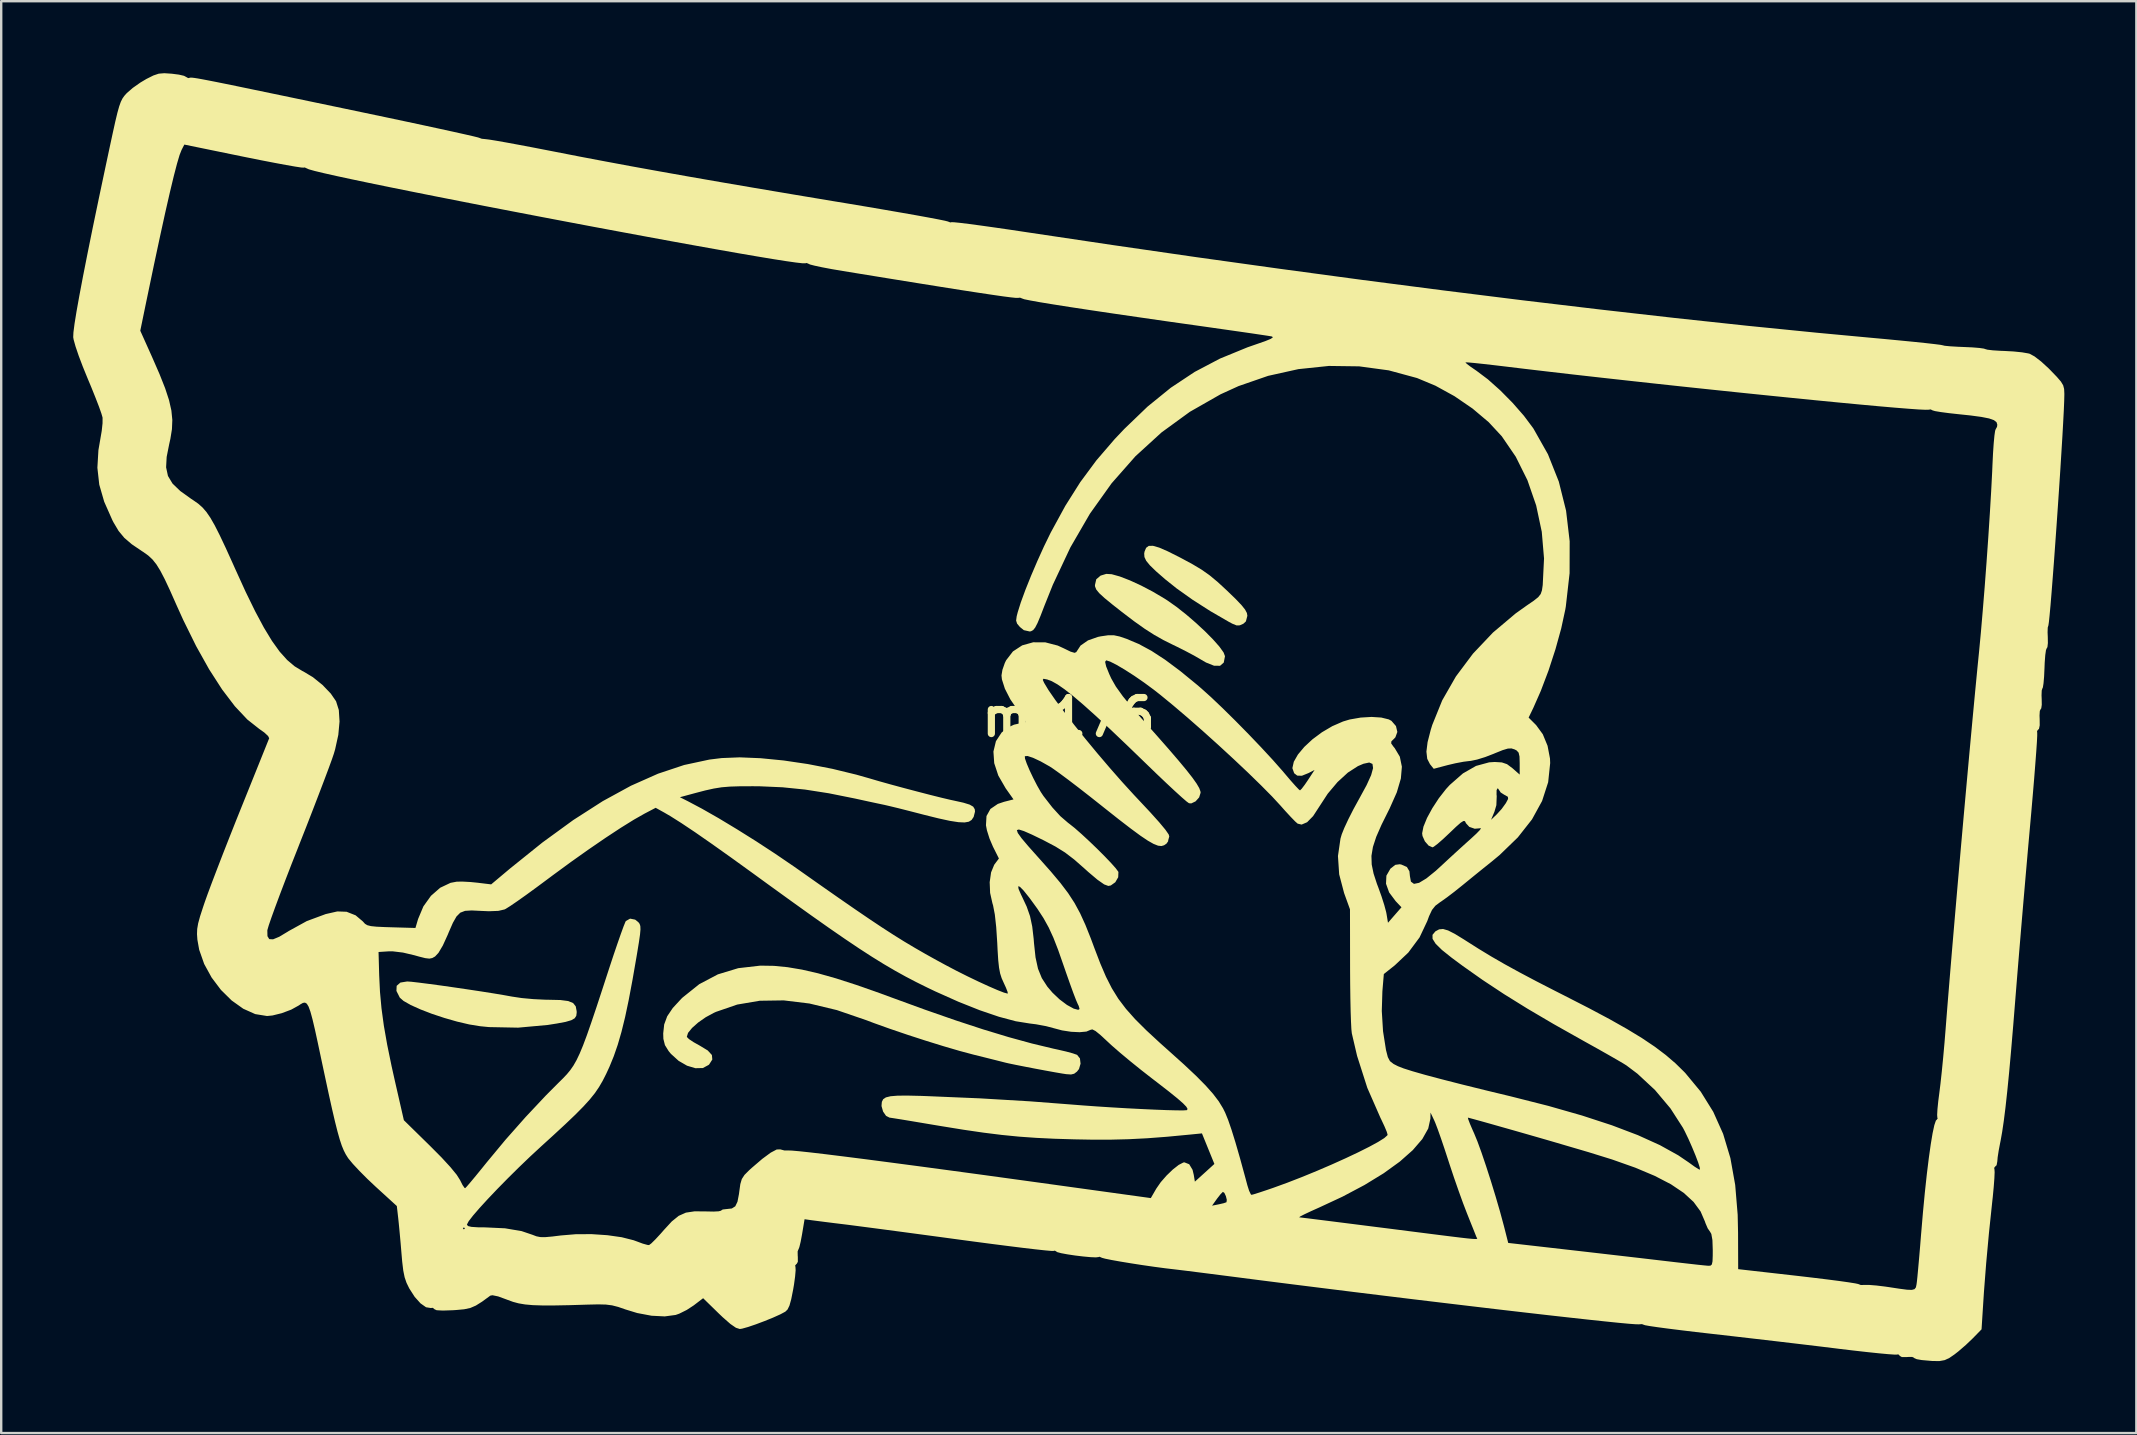
<source format=kicad_pcb>
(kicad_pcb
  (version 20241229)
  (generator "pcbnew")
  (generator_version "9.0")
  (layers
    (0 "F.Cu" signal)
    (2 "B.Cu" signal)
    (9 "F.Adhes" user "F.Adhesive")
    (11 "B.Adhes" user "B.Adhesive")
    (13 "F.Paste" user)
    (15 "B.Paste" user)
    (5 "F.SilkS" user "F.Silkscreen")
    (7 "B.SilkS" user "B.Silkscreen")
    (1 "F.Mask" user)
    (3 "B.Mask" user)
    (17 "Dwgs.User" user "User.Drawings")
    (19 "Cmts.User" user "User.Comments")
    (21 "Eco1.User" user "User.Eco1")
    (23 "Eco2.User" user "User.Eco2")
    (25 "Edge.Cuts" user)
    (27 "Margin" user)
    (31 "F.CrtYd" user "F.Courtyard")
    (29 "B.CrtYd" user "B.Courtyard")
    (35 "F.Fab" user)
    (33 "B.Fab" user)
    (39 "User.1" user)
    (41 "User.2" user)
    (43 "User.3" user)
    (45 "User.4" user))
  (footprint "mt176"
    (layer "F.Cu")
    (at 41.464 26.831)
    (property "Reference" "mt176" (at 0 0 0) (layer "F.SilkS") (effects (font (size 1.5 1.5) (thickness 0.3))))
    (attr board_only exclude_from_pos_files exclude_from_bom)
    (fp_poly (pts (xy 3.778 -7.068) (xy 4.141 -6.91) (xy 4.626 -6.666) (xy 4.686 -6.635) (xy 5.173 -6.372) (xy 5.556 -6.142) (xy 5.887 -5.907) (xy 6.219 -5.631) (xy 6.601 -5.278) (xy 6.612 -5.267) (xy 6.964 -4.927) (xy 7.205 -4.674) (xy 7.355 -4.487) (xy 7.431 -4.344) (xy 7.451 -4.228) (xy 7.39 -3.994) (xy 7.287 -3.898) (xy 7.133 -3.829) (xy 7.001 -3.826) (xy 6.825 -3.898) (xy 6.687 -3.971) (xy 5.912 -4.42) (xy 5.169 -4.895) (xy 4.502 -5.369) (xy 4.024 -5.751) (xy 3.65 -6.078) (xy 3.394 -6.326) (xy 3.237 -6.517) (xy 3.163 -6.675) (xy 3.153 -6.823) (xy 3.169 -6.907) (xy 3.233 -7.059) (xy 3.343 -7.139) (xy 3.518 -7.143)) (stroke (width 0) (type solid)) (fill yes) (layer "F.SilkS"))
    (fp_poly (pts (xy 1.8 -5.959) (xy 2.137 -5.865) (xy 2.556 -5.703) (xy 3.026 -5.487) (xy 3.518 -5.229) (xy 4.002 -4.942) (xy 4.109 -4.874) (xy 4.495 -4.602) (xy 4.902 -4.281) (xy 5.306 -3.933) (xy 5.687 -3.58) (xy 6.021 -3.242) (xy 6.286 -2.942) (xy 6.459 -2.701) (xy 6.519 -2.544) (xy 6.467 -2.278) (xy 6.314 -2.145) (xy 6.066 -2.146) (xy 5.728 -2.281) (xy 5.546 -2.387) (xy 5.274 -2.545) (xy 4.911 -2.74) (xy 4.518 -2.938) (xy 4.36 -3.014) (xy 3.953 -3.217) (xy 3.567 -3.435) (xy 3.17 -3.689) (xy 2.732 -4) (xy 2.22 -4.39) (xy 1.837 -4.691) (xy 1.501 -4.966) (xy 1.282 -5.167) (xy 1.157 -5.319) (xy 1.106 -5.446) (xy 1.101 -5.507) (xy 1.156 -5.748) (xy 1.336 -5.901) (xy 1.574 -5.973)) (stroke (width 0) (type solid)) (fill yes) (layer "F.SilkS"))
    (fp_poly (pts (xy -27.376 11.019) (xy -27.063 11.055) (xy -26.642 11.109) (xy -26.143 11.176) (xy -25.596 11.254) (xy -25.031 11.337) (xy -24.476 11.421) (xy -23.963 11.502) (xy -23.52 11.576) (xy -23.178 11.638) (xy -23.17 11.639) (xy -22.776 11.698) (xy -22.296 11.742) (xy -21.811 11.766) (xy -21.638 11.769) (xy -21.169 11.78) (xy -20.844 11.822) (xy -20.638 11.906) (xy -20.529 12.043) (xy -20.491 12.244) (xy -20.489 12.302) (xy -20.506 12.437) (xy -20.572 12.54) (xy -20.713 12.621) (xy -20.953 12.691) (xy -21.317 12.759) (xy -21.698 12.819) (xy -22.929 12.931) (xy -24.145 12.907) (xy -24.511 12.871) (xy -24.966 12.797) (xy -25.474 12.678) (xy -26.003 12.526) (xy -26.522 12.354) (xy -26.999 12.17) (xy -27.403 11.988) (xy -27.702 11.818) (xy -27.858 11.681) (xy -27.999 11.401) (xy -27.989 11.188) (xy -27.833 11.052) (xy -27.552 11.007)) (stroke (width 0) (type solid)) (fill yes) (layer "F.SilkS"))
    (fp_poly (pts (xy -12.277 10.356) (xy -11.71 10.411) (xy -11.102 10.513) (xy -10.433 10.667) (xy -9.682 10.879) (xy -8.829 11.154) (xy -7.853 11.497) (xy -7.408 11.661) (xy -5.994 12.177) (xy -4.714 12.623) (xy -3.554 13.004) (xy -2.498 13.324) (xy -1.528 13.59) (xy -0.629 13.806) (xy -0.425 13.85) (xy -0.098 13.926) (xy 0.177 14.001) (xy 0.347 14.06) (xy 0.358 14.065) (xy 0.476 14.212) (xy 0.502 14.432) (xy 0.436 14.655) (xy 0.353 14.761) (xy 0.236 14.85) (xy 0.106 14.882) (xy -0.097 14.868) (xy -0.254 14.844) (xy -0.569 14.79) (xy -0.965 14.718) (xy -1.398 14.637) (xy -1.826 14.554) (xy -2.206 14.479) (xy -2.495 14.419) (xy -2.625 14.389) (xy -2.822 14.339) (xy -3.139 14.259) (xy -3.534 14.16) (xy -3.961 14.054) (xy -4.526 13.903) (xy -5.203 13.705) (xy -5.946 13.475) (xy -6.707 13.228) (xy -7.442 12.978) (xy -8.104 12.741) (xy -8.424 12.62) (xy -9.649 12.2) (xy -10.794 11.925) (xy -11.863 11.795) (xy -12.864 11.81) (xy -13.802 11.969) (xy -14.683 12.272) (xy -14.774 12.313) (xy -15.114 12.497) (xy -15.427 12.716) (xy -15.682 12.942) (xy -15.85 13.148) (xy -15.9 13.308) (xy -15.896 13.322) (xy -15.811 13.408) (xy -15.615 13.538) (xy -15.363 13.679) (xy -15.03 13.881) (xy -14.857 14.07) (xy -14.839 14.258) (xy -14.968 14.46) (xy -14.991 14.483) (xy -15.232 14.613) (xy -15.544 14.62) (xy -15.892 14.516) (xy -16.243 14.313) (xy -16.565 14.021) (xy -16.66 13.905) (xy -16.813 13.658) (xy -16.878 13.398) (xy -16.885 13.172) (xy -16.844 12.797) (xy -16.718 12.456) (xy -16.486 12.112) (xy -16.13 11.726) (xy -16.077 11.675) (xy -15.382 11.119) (xy -14.608 10.711) (xy -13.759 10.453) (xy -12.84 10.347)) (stroke (width 0) (type solid)) (fill yes) (layer "F.SilkS"))
    (fp_poly (pts (xy -37.354 -26.81) (xy -37.348 -26.809) (xy -37.06 -26.772) (xy -36.849 -26.723) (xy -36.761 -26.676) (xy -36.674 -26.627) (xy -36.625 -26.637) (xy -36.6 -26.644) (xy -36.563 -26.648) (xy -36.504 -26.645) (xy -36.412 -26.634) (xy -36.278 -26.613) (xy -36.09 -26.579) (xy -35.837 -26.531) (xy -35.511 -26.467) (xy -35.1 -26.384) (xy -34.593 -26.28) (xy -33.981 -26.153) (xy -33.253 -26.002) (xy -32.398 -25.824) (xy -31.407 -25.617) (xy -30.268 -25.379) (xy -29.295 -25.175) (xy -28.428 -24.993) (xy -27.611 -24.82) (xy -26.859 -24.659) (xy -26.188 -24.514) (xy -25.612 -24.388) (xy -25.146 -24.284) (xy -24.805 -24.206) (xy -24.603 -24.156) (xy -24.553 -24.14) (xy -24.447 -24.101) (xy -24.257 -24.081) (xy -24.113 -24.063) (xy -23.825 -24.016) (xy -23.416 -23.944) (xy -22.908 -23.85) (xy -22.324 -23.74) (xy -21.686 -23.616) (xy -21.378 -23.556) (xy -20.354 -23.356) (xy -19.303 -23.157) (xy -18.208 -22.953) (xy -17.053 -22.744) (xy -15.821 -22.525) (xy -14.494 -22.294) (xy -13.056 -22.048) (xy -11.488 -21.783) (xy -9.775 -21.497) (xy -9.271 -21.414) (xy -8.446 -21.276) (xy -7.674 -21.144) (xy -6.969 -21.022) (xy -6.348 -20.913) (xy -5.827 -20.818) (xy -5.421 -20.741) (xy -5.146 -20.685) (xy -5.018 -20.652) (xy -5.011 -20.648) (xy -4.923 -20.614) (xy -4.876 -20.625) (xy -4.77 -20.622) (xy -4.516 -20.596) (xy -4.133 -20.549) (xy -3.64 -20.483) (xy -3.057 -20.401) (xy -2.402 -20.306) (xy -1.696 -20.2) (xy -1.643 -20.192) (xy 1.841 -19.672) (xy 5.324 -19.168) (xy 8.79 -18.685) (xy 12.222 -18.222) (xy 15.604 -17.784) (xy 18.918 -17.371) (xy 22.148 -16.987) (xy 25.276 -16.632) (xy 28.286 -16.309) (xy 31.162 -16.021) (xy 33.316 -15.82) (xy 34.017 -15.756) (xy 34.663 -15.694) (xy 35.235 -15.638) (xy 35.715 -15.588) (xy 36.083 -15.546) (xy 36.32 -15.516) (xy 36.407 -15.499) (xy 36.504 -15.476) (xy 36.732 -15.454) (xy 37.054 -15.435) (xy 37.294 -15.425) (xy 37.655 -15.409) (xy 37.948 -15.385) (xy 38.136 -15.358) (xy 38.183 -15.341) (xy 38.282 -15.313) (xy 38.509 -15.286) (xy 38.825 -15.266) (xy 38.989 -15.26) (xy 39.371 -15.239) (xy 39.723 -15.203) (xy 39.984 -15.158) (xy 40.042 -15.143) (xy 40.245 -15.032) (xy 40.519 -14.821) (xy 40.826 -14.54) (xy 40.909 -14.456) (xy 41.175 -14.18) (xy 41.344 -13.984) (xy 41.437 -13.83) (xy 41.477 -13.676) (xy 41.486 -13.485) (xy 41.486 -13.431) (xy 41.48 -13.175) (xy 41.464 -12.79) (xy 41.438 -12.293) (xy 41.405 -11.703) (xy 41.364 -11.038) (xy 41.319 -10.316) (xy 41.269 -9.556) (xy 41.216 -8.775) (xy 41.162 -7.992) (xy 41.107 -7.224) (xy 41.054 -6.491) (xy 41.002 -5.81) (xy 40.954 -5.199) (xy 40.911 -4.677) (xy 40.873 -4.262) (xy 40.843 -3.972) (xy 40.822 -3.825) (xy 40.816 -3.81) (xy 40.794 -3.734) (xy 40.788 -3.537) (xy 40.796 -3.344) (xy 40.8 -3.09) (xy 40.781 -2.92) (xy 40.754 -2.878) (xy 40.721 -2.799) (xy 40.691 -2.587) (xy 40.668 -2.278) (xy 40.659 -2.052) (xy 40.643 -1.699) (xy 40.619 -1.417) (xy 40.592 -1.243) (xy 40.574 -1.207) (xy 40.544 -1.118) (xy 40.536 -0.914) (xy 40.542 -0.762) (xy 40.546 -0.521) (xy 40.524 -0.368) (xy 40.5 -0.339) (xy 40.464 -0.263) (xy 40.452 -0.069) (xy 40.458 0.085) (xy 40.46 0.338) (xy 40.429 0.486) (xy 40.402 0.508) (xy 40.349 0.574) (xy 40.356 0.656) (xy 40.356 0.769) (xy 40.343 1.033) (xy 40.316 1.43) (xy 40.277 1.942) (xy 40.229 2.551) (xy 40.171 3.241) (xy 40.106 3.992) (xy 40.054 4.572) (xy 39.969 5.522) (xy 39.878 6.564) (xy 39.784 7.652) (xy 39.691 8.745) (xy 39.603 9.798) (xy 39.523 10.769) (xy 39.456 11.599) (xy 39.358 12.82) (xy 39.268 13.884) (xy 39.185 14.804) (xy 39.107 15.59) (xy 39.034 16.256) (xy 38.964 16.813) (xy 38.896 17.273) (xy 38.829 17.65) (xy 38.814 17.722) (xy 38.752 18.046) (xy 38.708 18.331) (xy 38.693 18.505) (xy 38.664 18.662) (xy 38.611 18.711) (xy 38.562 18.773) (xy 38.574 18.83) (xy 38.582 18.953) (xy 38.571 19.211) (xy 38.544 19.568) (xy 38.504 19.99) (xy 38.489 20.121) (xy 38.345 21.488) (xy 38.23 22.742) (xy 38.137 23.939) (xy 38.109 24.37) (xy 38.037 25.499) (xy 37.666 25.879) (xy 37.384 26.148) (xy 37.07 26.419) (xy 36.903 26.549) (xy 36.693 26.693) (xy 36.503 26.781) (xy 36.288 26.82) (xy 36.002 26.819) (xy 35.6 26.784) (xy 35.539 26.778) (xy 35.335 26.742) (xy 35.227 26.694) (xy 35.221 26.682) (xy 35.148 26.649) (xy 34.966 26.65) (xy 34.925 26.654) (xy 34.718 26.655) (xy 34.629 26.604) (xy 34.629 26.597) (xy 34.568 26.54) (xy 34.514 26.55) (xy 34.403 26.551) (xy 34.146 26.533) (xy 33.767 26.498) (xy 33.286 26.448) (xy 32.727 26.385) (xy 32.112 26.312) (xy 31.995 26.297) (xy 31.26 26.207) (xy 30.407 26.105) (xy 29.486 25.996) (xy 28.547 25.887) (xy 27.639 25.782) (xy 26.813 25.688) (xy 26.797 25.686) (xy 26.129 25.61) (xy 25.517 25.536) (xy 24.98 25.469) (xy 24.539 25.41) (xy 24.213 25.362) (xy 24.022 25.328) (xy 23.979 25.314) (xy 23.888 25.281) (xy 23.767 25.29) (xy 23.637 25.288) (xy 23.35 25.267) (xy 22.918 25.227) (xy 22.353 25.169) (xy 21.666 25.096) (xy 20.868 25.008) (xy 19.973 24.908) (xy 18.99 24.795) (xy 17.931 24.672) (xy 16.809 24.539) (xy 15.634 24.399) (xy 14.418 24.253) (xy 13.172 24.101) (xy 11.909 23.946) (xy 10.64 23.788) (xy 9.376 23.63) (xy 8.129 23.472) (xy 7.027 23.33) (xy 6.411 23.251) (xy 5.833 23.177) (xy 5.321 23.112) (xy 4.9 23.059) (xy 4.596 23.022) (xy 4.445 23.004) (xy 4.03 22.955) (xy 3.566 22.893) (xy 3.081 22.823) (xy 2.605 22.749) (xy 2.168 22.677) (xy 1.799 22.611) (xy 1.528 22.556) (xy 1.384 22.517) (xy 1.369 22.507) (xy 1.287 22.474) (xy 1.257 22.487) (xy 1.141 22.501) (xy 0.91 22.491) (xy 0.607 22.463) (xy 0.275 22.423) (xy -0.044 22.375) (xy -0.308 22.326) (xy -0.473 22.281) (xy -0.508 22.256) (xy -0.57 22.22) (xy -0.625 22.233) (xy -0.731 22.231) (xy -0.988 22.208) (xy -1.377 22.166) (xy -1.881 22.107) (xy -2.483 22.032) (xy -3.165 21.945) (xy -3.91 21.847) (xy -4.499 21.768) (xy -5.324 21.656) (xy -6.135 21.547) (xy -6.91 21.443) (xy -7.625 21.348) (xy -8.255 21.265) (xy -8.777 21.197) (xy -9.168 21.146) (xy -9.313 21.128) (xy -9.75 21.075) (xy -10.155 21.024) (xy -10.482 20.982) (xy -10.684 20.956) (xy -10.996 20.912) (xy -11.102 21.548) (xy -11.159 21.85) (xy -11.213 22.074) (xy -11.254 22.179) (xy -11.26 22.183) (xy -11.285 22.256) (xy -11.281 22.438) (xy -11.277 22.479) (xy -11.276 22.686) (xy -11.326 22.775) (xy -11.333 22.775) (xy -11.388 22.837) (xy -11.375 22.904) (xy -11.368 23.039) (xy -11.39 23.297) (xy -11.436 23.634) (xy -11.471 23.839) (xy -11.551 24.242) (xy -11.625 24.509) (xy -11.705 24.673) (xy -11.798 24.763) (xy -12.003 24.873) (xy -12.305 25.009) (xy -12.66 25.153) (xy -13.023 25.29) (xy -13.35 25.401) (xy -13.597 25.47) (xy -13.694 25.485) (xy -13.855 25.434) (xy -14.086 25.275) (xy -14.403 24.997) (xy -14.564 24.844) (xy -15.222 24.202) (xy -15.616 24.503) (xy -15.906 24.692) (xy -16.213 24.845) (xy -16.365 24.899) (xy -16.821 24.96) (xy -17.371 24.932) (xy -17.967 24.82) (xy -18.457 24.67) (xy -18.761 24.565) (xy -19.014 24.5) (xy -19.273 24.467) (xy -19.591 24.459) (xy -20.024 24.469) (xy -20.794 24.492) (xy -21.418 24.504) (xy -21.918 24.504) (xy -22.318 24.491) (xy -22.64 24.462) (xy -22.907 24.417) (xy -23.142 24.354) (xy -23.368 24.272) (xy -23.401 24.259) (xy -23.761 24.127) (xy -23.999 24.078) (xy -24.087 24.095) (xy -24.429 24.345) (xy -24.69 24.509) (xy -24.922 24.609) (xy -25.178 24.663) (xy -25.509 24.694) (xy -25.653 24.703) (xy -26.067 24.717) (xy -26.323 24.703) (xy -26.416 24.661) (xy -26.416 24.658) (xy -26.482 24.603) (xy -26.571 24.61) (xy -26.765 24.579) (xy -26.996 24.416) (xy -27.239 24.145) (xy -27.467 23.79) (xy -27.467 23.789) (xy -27.578 23.562) (xy -27.657 23.331) (xy -27.714 23.051) (xy -27.759 22.676) (xy -27.786 22.364) (xy -27.824 21.91) (xy -27.865 21.461) (xy -27.881 21.294) (xy -25.231 21.294) (xy -25.188 21.336) (xy -25.146 21.294) (xy -25.188 21.251) (xy -25.231 21.294) (xy -27.881 21.294) (xy -27.902 21.077) (xy -27.924 20.87) (xy -27.982 20.362) (xy -28.863 19.558) (xy -29.213 19.228) (xy -29.541 18.898) (xy -29.815 18.605) (xy -30 18.381) (xy -30.019 18.354) (xy -30.109 18.211) (xy -30.193 18.047) (xy -30.276 17.845) (xy -30.361 17.588) (xy -30.454 17.258) (xy -30.559 16.841) (xy -30.681 16.318) (xy -30.824 15.673) (xy -30.992 14.89) (xy -31.116 14.309) (xy -31.269 13.587) (xy -31.393 13.016) (xy -31.496 12.58) (xy -31.582 12.265) (xy -31.659 12.054) (xy -31.732 11.933) (xy -31.809 11.887) (xy -31.894 11.9) (xy -31.995 11.957) (xy -32.068 12.007) (xy -32.381 12.18) (xy -32.772 12.327) (xy -33.16 12.423) (xy -33.389 12.446) (xy -33.882 12.366) (xy -34.38 12.143) (xy -34.863 11.799) (xy -35.31 11.358) (xy -35.698 10.843) (xy -36.008 10.278) (xy -36.183 9.779) (xy -28.744 9.779) (xy -28.717 10.753) (xy -28.684 11.44) (xy -28.621 12.127) (xy -28.523 12.849) (xy -28.384 13.641) (xy -28.2 14.537) (xy -28.064 15.146) (xy -27.689 16.787) (xy -26.6 17.855) (xy -26.123 18.335) (xy -25.749 18.741) (xy -25.488 19.06) (xy -25.349 19.28) (xy -25.244 19.488) (xy -25.161 19.607) (xy -25.136 19.619) (xy -25.068 19.55) (xy -24.914 19.371) (xy -24.692 19.104) (xy -24.423 18.774) (xy -24.236 18.542) (xy -23.454 17.6) (xy -22.614 16.651) (xy -21.77 15.753) (xy -21.247 15.228) (xy -21.06 15.043) (xy -20.898 14.872) (xy -20.755 14.699) (xy -20.623 14.508) (xy -20.495 14.283) (xy -20.364 14.008) (xy -20.223 13.668) (xy -20.065 13.246) (xy -19.884 12.726) (xy -19.67 12.092) (xy -19.419 11.328) (xy -19.135 10.456) (xy -18.958 9.92) (xy -18.793 9.435) (xy -18.65 9.025) (xy -18.537 8.715) (xy -18.462 8.529) (xy -18.44 8.488) (xy -18.264 8.389) (xy -18.054 8.431) (xy -17.92 8.537) (xy -17.868 8.607) (xy -17.838 8.698) (xy -17.832 8.837) (xy -17.851 9.052) (xy -17.897 9.372) (xy -17.971 9.824) (xy -17.993 9.955) (xy -18.164 10.94) (xy -18.322 11.779) (xy -18.473 12.495) (xy -18.624 13.108) (xy -18.779 13.643) (xy -18.944 14.12) (xy -19.125 14.563) (xy -19.261 14.857) (xy -19.406 15.143) (xy -19.558 15.404) (xy -19.731 15.658) (xy -19.943 15.922) (xy -20.207 16.213) (xy -20.54 16.55) (xy -20.958 16.949) (xy -21.476 17.428) (xy -21.963 17.871) (xy -22.427 18.3) (xy -22.898 18.752) (xy -23.361 19.21) (xy -23.8 19.657) (xy -24.198 20.076) (xy -24.539 20.449) (xy -24.808 20.76) (xy -24.987 20.992) (xy -25.06 21.128) (xy -25.061 21.137) (xy -25.019 21.195) (xy -24.877 21.23) (xy -24.61 21.248) (xy -24.311 21.251) (xy -23.475 21.29) (xy -22.784 21.407) (xy -22.329 21.561) (xy -22.167 21.623) (xy -22.004 21.656) (xy -21.798 21.658) (xy -21.505 21.632) (xy -21.151 21.588) (xy -20.526 21.536) (xy -19.864 21.533) (xy -19.21 21.577) (xy -18.613 21.662) (xy -18.119 21.787) (xy -17.99 21.834) (xy -17.737 21.928) (xy -17.542 21.982) (xy -17.475 21.989) (xy -17.382 21.92) (xy -17.21 21.751) (xy -16.988 21.511) (xy -16.855 21.359) (xy -16.527 21.003) (xy -16.315 20.832) (xy 9.608 20.832) (xy 9.61 20.832) (xy 9.709 20.844) (xy 9.959 20.874) (xy 10.341 20.922) (xy 10.837 20.984) (xy 11.43 21.059) (xy 12.102 21.144) (xy 12.835 21.237) (xy 13.25 21.289) (xy 14.151 21.404) (xy 14.898 21.499) (xy 15.506 21.576) (xy 15.987 21.636) (xy 16.357 21.681) (xy 16.63 21.712) (xy 16.819 21.73) (xy 16.939 21.736) (xy 17.003 21.733) (xy 17.027 21.721) (xy 17.023 21.702) (xy 17.007 21.677) (xy 16.994 21.654) (xy 16.947 21.536) (xy 16.852 21.297) (xy 16.722 20.974) (xy 16.597 20.66) (xy 16.439 20.249) (xy 16.253 19.734) (xy 16.057 19.172) (xy 15.873 18.62) (xy 15.821 18.459) (xy 15.666 17.985) (xy 15.516 17.542) (xy 15.383 17.167) (xy 15.28 16.897) (xy 15.241 16.806) (xy 15.181 16.679) (xy 16.638 16.679) (xy 16.653 16.75) (xy 16.725 16.939) (xy 16.842 17.211) (xy 16.898 17.335) (xy 17.036 17.671) (xy 17.205 18.135) (xy 17.394 18.693) (xy 17.593 19.311) (xy 17.79 19.954) (xy 17.974 20.586) (xy 18.133 21.173) (xy 18.166 21.3) (xy 18.318 21.899) (xy 20.737 22.175) (xy 21.471 22.259) (xy 22.251 22.349) (xy 23.031 22.439) (xy 23.767 22.524) (xy 24.414 22.6) (xy 24.807 22.646) (xy 25.329 22.707) (xy 25.803 22.761) (xy 26.2 22.806) (xy 26.49 22.836) (xy 26.643 22.85) (xy 26.649 22.851) (xy 26.744 22.846) (xy 26.801 22.796) (xy 26.829 22.667) (xy 26.838 22.426) (xy 26.839 22.193) (xy 26.825 21.78) (xy 26.78 21.525) (xy 26.726 21.432) (xy 26.629 21.293) (xy 26.533 21.069) (xy 26.515 21.012) (xy 26.332 20.588) (xy 26.04 20.191) (xy 25.631 19.815) (xy 25.096 19.455) (xy 24.425 19.107) (xy 23.611 18.764) (xy 22.644 18.422) (xy 21.675 18.121) (xy 21.26 17.999) (xy 20.786 17.86) (xy 20.362 17.735) (xy 19.971 17.621) (xy 19.514 17.489) (xy 19.016 17.346) (xy 18.506 17.2) (xy 18.008 17.059) (xy 17.55 16.929) (xy 17.158 16.819) (xy 16.859 16.737) (xy 16.679 16.689) (xy 16.638 16.679) (xy 15.181 16.679) (xy 15.081 16.468) (xy 15.076 16.723) (xy 14.986 17.133) (xy 14.739 17.572) (xy 14.342 18.033) (xy 13.803 18.51) (xy 13.13 18.997) (xy 12.331 19.486) (xy 11.414 19.972) (xy 10.456 20.418) (xy 10.106 20.575) (xy 9.83 20.705) (xy 9.655 20.795) (xy 9.608 20.832) (xy -16.315 20.832) (xy -16.238 20.77) (xy -15.94 20.637) (xy -15.581 20.583) (xy -15.113 20.586) (xy -15.09 20.587) (xy -14.792 20.593) (xy -14.575 20.582) (xy -14.479 20.557) (xy -14.478 20.553) (xy -14.405 20.506) (xy -14.245 20.488) (xy -14.026 20.464) (xy -13.882 20.373) (xy -13.87 20.347) (xy 5.98 20.347) (xy 6.265 20.29) (xy 6.465 20.244) (xy 6.577 20.205) (xy 6.581 20.202) (xy 6.594 20.104) (xy 6.556 19.95) (xy 6.493 19.815) (xy 6.431 19.772) (xy 6.43 19.773) (xy 6.337 19.866) (xy 6.2 20.04) (xy 6.169 20.082) (xy 5.98 20.347) (xy -13.87 20.347) (xy -13.791 20.183) (xy -13.729 19.864) (xy -13.716 19.761) (xy -13.672 19.447) (xy -13.61 19.237) (xy -13.499 19.066) (xy -13.306 18.872) (xy -13.2 18.776) (xy -12.756 18.396) (xy -12.406 18.138) (xy -12.155 18.006) (xy -12.007 18.002) (xy -11.841 18.046) (xy -11.679 18.047) (xy -11.525 18.052) (xy -11.21 18.08) (xy -10.738 18.131) (xy -10.116 18.204) (xy -9.349 18.299) (xy -8.444 18.414) (xy -7.406 18.55) (xy -6.24 18.704) (xy -4.953 18.877) (xy -3.55 19.067) (xy -2.038 19.275) (xy -1.312 19.375) (xy 3.429 20.031) (xy 3.657 19.636) (xy 3.843 19.368) (xy 4.084 19.092) (xy 4.345 18.841) (xy 4.59 18.649) (xy 4.783 18.549) (xy 4.828 18.542) (xy 5.028 18.621) (xy 5.167 18.851) (xy 5.218 19.064) (xy 5.264 19.346) (xy 5.671 18.978) (xy 6.077 18.609) (xy 5.818 17.973) (xy 5.559 17.336) (xy 5.044 17.387) (xy 4.103 17.476) (xy 3.276 17.539) (xy 2.512 17.578) (xy 1.759 17.597) (xy 0.964 17.597) (xy 0.254 17.584) (xy -0.584 17.559) (xy -1.343 17.522) (xy -2.063 17.471) (xy -2.78 17.4) (xy -3.535 17.306) (xy -4.365 17.185) (xy -5.309 17.032) (xy -5.664 16.973) (xy -6.186 16.885) (xy -6.651 16.807) (xy -7.033 16.744) (xy -7.307 16.701) (xy -7.446 16.68) (xy -7.457 16.679) (xy -7.601 16.606) (xy -7.725 16.427) (xy -7.788 16.206) (xy -7.789 16.168) (xy -7.776 16.022) (xy -7.722 15.913) (xy -7.608 15.836) (xy -7.413 15.788) (xy -7.117 15.764) (xy -6.7 15.761) (xy -6.142 15.774) (xy -5.894 15.783) (xy -3.694 15.876) (xy -1.625 15.999) (xy 0.042 16.127) (xy 0.587 16.17) (xy 1.184 16.213) (xy 1.807 16.253) (xy 2.433 16.29) (xy 3.039 16.321) (xy 3.6 16.347) (xy 4.094 16.366) (xy 4.495 16.376) (xy 4.78 16.378) (xy 4.926 16.368) (xy 4.937 16.365) (xy 4.959 16.315) (xy 4.907 16.224) (xy 4.769 16.081) (xy 4.534 15.876) (xy 4.189 15.597) (xy 3.724 15.236) (xy 3.471 15.042) (xy 3.021 14.691) (xy 2.566 14.324) (xy 2.145 13.973) (xy 1.797 13.67) (xy 1.629 13.514) (xy 1.33 13.237) (xy 1.126 13.071) (xy 0.994 13.004) (xy 0.916 13.021) (xy 0.913 13.023) (xy 0.746 13.094) (xy 0.462 13.12) (xy 0.108 13.103) (xy -0.269 13.045) (xy -0.574 12.964) (xy -0.936 12.868) (xy -1.356 12.79) (xy -1.621 12.757) (xy -2.198 12.664) (xy -2.896 12.478) (xy -3.698 12.205) (xy -4.587 11.851) (xy -5.547 11.422) (xy -5.884 11.261) (xy -6.344 11.033) (xy -6.79 10.8) (xy -7.237 10.552) (xy -7.699 10.281) (xy -8.19 9.977) (xy -8.723 9.632) (xy -9.314 9.235) (xy -9.976 8.778) (xy -10.723 8.251) (xy -11.569 7.645) (xy -12.528 6.952) (xy -13.123 6.519) (xy -14.062 5.841) (xy -14.873 5.265) (xy -15.56 4.788) (xy -16.129 4.408) (xy -16.584 4.12) (xy -16.833 3.975) (xy -17.199 3.772) (xy -17.663 4.015) (xy -18.102 4.264) (xy -18.65 4.604) (xy -19.284 5.021) (xy -19.983 5.5) (xy -20.724 6.025) (xy -21.484 6.582) (xy -21.709 6.75) (xy -22.166 7.089) (xy -22.591 7.399) (xy -22.962 7.662) (xy -23.255 7.862) (xy -23.448 7.983) (xy -23.494 8.006) (xy -23.752 8.066) (xy -24.146 8.081) (xy -24.49 8.066) (xy -24.868 8.048) (xy -25.14 8.065) (xy -25.339 8.141) (xy -25.497 8.3) (xy -25.647 8.564) (xy -25.819 8.957) (xy -25.864 9.067) (xy -26.065 9.507) (xy -26.247 9.814) (xy -26.389 9.966) (xy -26.506 10.031) (xy -26.627 10.055) (xy -26.797 10.035) (xy -27.06 9.969) (xy -27.251 9.915) (xy -27.725 9.803) (xy -28.148 9.752) (xy -28.324 9.752) (xy -28.744 9.779) (xy -36.183 9.779) (xy -36.216 9.686) (xy -36.291 9.265) (xy -36.307 9.033) (xy -36.299 8.82) (xy -36.259 8.586) (xy -36.178 8.29) (xy -36.049 7.892) (xy -35.983 7.698) (xy -35.864 7.365) (xy -35.692 6.903) (xy -35.476 6.337) (xy -35.229 5.697) (xy -34.959 5.009) (xy -34.678 4.3) (xy -34.481 3.81) (xy -34.217 3.155) (xy -33.973 2.548) (xy -33.755 2.007) (xy -33.572 1.551) (xy -33.43 1.198) (xy -33.337 0.966) (xy -33.3 0.875) (xy -33.345 0.782) (xy -33.502 0.636) (xy -33.715 0.485) (xy -34.211 0.093) (xy -34.728 -0.457) (xy -35.26 -1.156) (xy -35.801 -1.996) (xy -36.344 -2.966) (xy -36.883 -4.059) (xy -37.167 -4.687) (xy -37.433 -5.287) (xy -37.651 -5.752) (xy -37.836 -6.107) (xy -38.002 -6.374) (xy -38.165 -6.577) (xy -38.34 -6.739) (xy -38.541 -6.883) (xy -38.601 -6.921) (xy -39.023 -7.207) (xy -39.333 -7.472) (xy -39.574 -7.763) (xy -39.789 -8.125) (xy -39.834 -8.213) (xy -40.173 -8.979) (xy -40.379 -9.693) (xy -40.457 -10.394) (xy -40.414 -11.127) (xy -40.336 -11.581) (xy -40.276 -11.931) (xy -40.242 -12.249) (xy -40.241 -12.474) (xy -40.243 -12.492) (xy -40.29 -12.654) (xy -40.391 -12.94) (xy -40.537 -13.317) (xy -40.713 -13.755) (xy -40.858 -14.101) (xy -41.062 -14.601) (xy -41.236 -15.061) (xy -41.368 -15.45) (xy -41.447 -15.734) (xy -41.464 -15.833) (xy -41.455 -16.032) (xy -41.446 -16.103) (xy -38.67 -16.103) (xy -38.179 -15.009) (xy -37.869 -14.298) (xy -37.635 -13.708) (xy -37.472 -13.211) (xy -37.374 -12.779) (xy -37.335 -12.385) (xy -37.351 -12.001) (xy -37.416 -11.599) (xy -37.463 -11.388) (xy -37.571 -10.846) (xy -37.594 -10.412) (xy -37.517 -10.052) (xy -37.326 -9.735) (xy -37.007 -9.427) (xy -36.547 -9.097) (xy -36.451 -9.034) (xy -36.258 -8.899) (xy -36.084 -8.746) (xy -35.919 -8.557) (xy -35.751 -8.313) (xy -35.568 -7.994) (xy -35.359 -7.581) (xy -35.111 -7.056) (xy -34.813 -6.399) (xy -34.722 -6.195) (xy -34.283 -5.231) (xy -33.885 -4.417) (xy -33.522 -3.738) (xy -33.184 -3.181) (xy -32.864 -2.735) (xy -32.551 -2.386) (xy -32.239 -2.122) (xy -31.918 -1.928) (xy -31.885 -1.913) (xy -31.479 -1.67) (xy -31.078 -1.346) (xy -30.734 -0.987) (xy -30.514 -0.667) (xy -30.399 -0.302) (xy -30.369 0.176) (xy -30.42 0.733) (xy -30.553 1.338) (xy -30.608 1.524) (xy -30.69 1.764) (xy -30.827 2.139) (xy -31.01 2.627) (xy -31.231 3.207) (xy -31.481 3.857) (xy -31.752 4.554) (xy -32.037 5.276) (xy -32.094 5.423) (xy -32.371 6.125) (xy -32.627 6.788) (xy -32.857 7.393) (xy -33.053 7.92) (xy -33.209 8.352) (xy -33.318 8.669) (xy -33.372 8.854) (xy -33.377 8.882) (xy -33.372 9.12) (xy -33.297 9.243) (xy -33.138 9.251) (xy -32.882 9.145) (xy -32.515 8.925) (xy -32.487 8.906) (xy -31.733 8.491) (xy -30.945 8.199) (xy -30.459 8.089) (xy -30.075 8.103) (xy -29.699 8.251) (xy -29.396 8.507) (xy -29.386 8.519) (xy -29.308 8.605) (xy -29.211 8.663) (xy -29.061 8.701) (xy -28.827 8.725) (xy -28.474 8.741) (xy -28.218 8.749) (xy -27.207 8.778) (xy -27.096 8.403) (xy -26.876 7.879) (xy -26.56 7.438) (xy -26.175 7.102) (xy -25.745 6.898) (xy -25.485 6.849) (xy -25.242 6.846) (xy -24.911 6.864) (xy -24.62 6.893) (xy -24.052 6.962) (xy -23.265 6.301) (xy -21.915 5.216) (xy -20.63 4.281) (xy -19.403 3.494) (xy -18.228 2.852) (xy -17.1 2.351) (xy -16.014 1.989) (xy -14.962 1.763) (xy -14.451 1.7) (xy -13.698 1.67) (xy -12.826 1.706) (xy -11.869 1.8) (xy -10.861 1.949) (xy -9.838 2.148) (xy -8.835 2.392) (xy -8.297 2.545) (xy -7.898 2.662) (xy -7.405 2.8) (xy -6.858 2.948) (xy -6.297 3.096) (xy -5.761 3.235) (xy -5.289 3.353) (xy -4.92 3.44) (xy -4.784 3.469) (xy -4.382 3.558) (xy -4.121 3.638) (xy -3.971 3.724) (xy -3.906 3.831) (xy -3.895 3.929) (xy -3.952 4.152) (xy -4.038 4.279) (xy -4.153 4.351) (xy -4.329 4.382) (xy -4.585 4.371) (xy -4.941 4.316) (xy -5.415 4.213) (xy -6.028 4.061) (xy -6.181 4.021) (xy -6.635 3.904) (xy -7.064 3.795) (xy -7.426 3.707) (xy -7.675 3.649) (xy -7.705 3.643) (xy -7.96 3.589) (xy -8.32 3.512) (xy -8.721 3.424) (xy -8.89 3.387) (xy -9.985 3.167) (xy -10.976 3.012) (xy -11.915 2.917) (xy -12.852 2.876) (xy -13.142 2.873) (xy -13.681 2.875) (xy -14.101 2.888) (xy -14.451 2.917) (xy -14.78 2.97) (xy -15.139 3.05) (xy -15.525 3.151) (xy -16.19 3.331) (xy -15.863 3.495) (xy -15.269 3.81) (xy -14.573 4.207) (xy -13.81 4.667) (xy -13.012 5.167) (xy -12.214 5.689) (xy -11.448 6.211) (xy -11.261 6.342) (xy -10.36 6.977) (xy -9.578 7.524) (xy -8.899 7.994) (xy -8.303 8.4) (xy -7.775 8.752) (xy -7.295 9.062) (xy -6.846 9.342) (xy -6.41 9.602) (xy -5.971 9.855) (xy -5.51 10.112) (xy -5.129 10.319) (xy -4.685 10.553) (xy -4.217 10.788) (xy -3.755 11.01) (xy -3.326 11.207) (xy -2.961 11.365) (xy -2.687 11.472) (xy -2.533 11.513) (xy -2.531 11.513) (xy -2.537 11.446) (xy -2.605 11.269) (xy -2.696 11.07) (xy -2.785 10.871) (xy -2.849 10.671) (xy -2.894 10.432) (xy -2.928 10.119) (xy -2.955 9.693) (xy -2.969 9.398) (xy -3.012 8.742) (xy -3.07 8.215) (xy -3.143 7.836) (xy -3.17 7.747) (xy -3.266 7.317) (xy -3.277 7.04) (xy -2.096 7.04) (xy -2.081 7.153) (xy -1.972 7.402) (xy -1.944 7.457) (xy -1.742 7.889) (xy -1.603 8.287) (xy -1.512 8.714) (xy -1.452 9.23) (xy -1.438 9.408) (xy -1.374 10.004) (xy -1.271 10.476) (xy -1.112 10.867) (xy -0.881 11.223) (xy -0.668 11.473) (xy -0.374 11.752) (xy -0.065 11.984) (xy 0.218 12.139) (xy 0.404 12.188) (xy 0.461 12.155) (xy 0.425 12.027) (xy 0.383 11.942) (xy 0.313 11.779) (xy 0.201 11.488) (xy 0.061 11.102) (xy -0.097 10.654) (xy -0.212 10.322) (xy -0.432 9.692) (xy -0.63 9.184) (xy -0.826 8.757) (xy -1.042 8.368) (xy -1.297 7.977) (xy -1.614 7.541) (xy -1.638 7.51) (xy -1.87 7.22) (xy -2.024 7.063) (xy -2.096 7.04) (xy -3.277 7.04) (xy -3.284 6.871) (xy -3.226 6.463) (xy -3.097 6.148) (xy -3.074 6.116) (xy -2.9 5.884) (xy -3.148 5.39) (xy -3.29 5.057) (xy -3.399 4.711) (xy -3.401 4.7) (xy -2.152 4.7) (xy -2.113 4.821) (xy -1.953 5.044) (xy -1.672 5.376) (xy -1.272 5.825) (xy -1.244 5.856) (xy -0.743 6.419) (xy -0.341 6.898) (xy -0.017 7.325) (xy 0.251 7.737) (xy 0.484 8.167) (xy 0.704 8.65) (xy 0.931 9.219) (xy 1.076 9.61) (xy 1.324 10.257) (xy 1.56 10.808) (xy 1.804 11.289) (xy 2.075 11.727) (xy 2.393 12.147) (xy 2.776 12.578) (xy 3.244 13.044) (xy 3.816 13.573) (xy 4.191 13.908) (xy 4.812 14.466) (xy 5.314 14.938) (xy 5.712 15.34) (xy 6.022 15.689) (xy 6.259 16.001) (xy 6.438 16.294) (xy 6.527 16.474) (xy 6.649 16.773) (xy 6.79 17.182) (xy 6.955 17.713) (xy 7.147 18.379) (xy 7.37 19.194) (xy 7.45 19.494) (xy 7.524 19.727) (xy 7.594 19.872) (xy 7.623 19.897) (xy 7.726 19.87) (xy 7.951 19.799) (xy 8.263 19.695) (xy 8.523 19.606) (xy 9.106 19.394) (xy 9.719 19.156) (xy 10.341 18.901) (xy 10.953 18.638) (xy 11.535 18.376) (xy 12.065 18.126) (xy 12.526 17.895) (xy 12.895 17.694) (xy 13.154 17.532) (xy 13.282 17.418) (xy 13.293 17.39) (xy 13.257 17.266) (xy 13.161 17.038) (xy 13.026 16.75) (xy 12.999 16.696) (xy 12.448 15.439) (xy 12.022 14.107) (xy 11.802 13.166) (xy 11.784 12.994) (xy 11.768 12.678) (xy 11.753 12.243) (xy 11.753 12.236) (xy 13.051 12.236) (xy 13.103 13.081) (xy 13.226 13.861) (xy 13.232 13.885) (xy 13.303 14.159) (xy 13.391 14.326) (xy 13.542 14.444) (xy 13.724 14.537) (xy 13.957 14.628) (xy 14.335 14.748) (xy 14.862 14.899) (xy 15.543 15.08) (xy 16.379 15.294) (xy 17.374 15.54) (xy 18.415 15.791) (xy 19.989 16.19) (xy 21.395 16.592) (xy 22.637 16.998) (xy 23.717 17.408) (xy 24.637 17.825) (xy 25.4 18.248) (xy 25.849 18.553) (xy 26.074 18.716) (xy 26.24 18.822) (xy 26.306 18.849) (xy 26.297 18.754) (xy 26.23 18.543) (xy 26.119 18.251) (xy 25.98 17.915) (xy 25.828 17.57) (xy 25.676 17.254) (xy 25.597 17.103) (xy 25.077 16.295) (xy 24.432 15.528) (xy 23.702 14.85) (xy 23.241 14.503) (xy 23.091 14.41) (xy 22.819 14.251) (xy 22.452 14.041) (xy 22.017 13.795) (xy 21.539 13.529) (xy 21.421 13.463) (xy 20.206 12.779) (xy 19.122 12.141) (xy 18.146 11.535) (xy 17.25 10.943) (xy 16.41 10.35) (xy 15.96 10.016) (xy 15.556 9.693) (xy 15.294 9.435) (xy 15.166 9.23) (xy 15.164 9.064) (xy 15.28 8.924) (xy 15.29 8.916) (xy 15.439 8.836) (xy 15.604 8.821) (xy 15.813 8.881) (xy 16.095 9.025) (xy 16.48 9.261) (xy 16.545 9.303) (xy 17.081 9.643) (xy 17.613 9.966) (xy 18.17 10.287) (xy 18.78 10.622) (xy 19.473 10.989) (xy 20.277 11.402) (xy 20.685 11.609) (xy 21.679 12.118) (xy 22.534 12.573) (xy 23.264 12.985) (xy 23.889 13.365) (xy 24.423 13.724) (xy 24.883 14.071) (xy 25.287 14.418) (xy 25.651 14.775) (xy 25.7 14.827) (xy 26.339 15.599) (xy 26.86 16.437) (xy 27.271 17.355) (xy 27.574 18.366) (xy 27.774 19.484) (xy 27.877 20.724) (xy 27.893 21.465) (xy 27.898 22.992) (xy 30.395 23.275) (xy 31.026 23.349) (xy 31.599 23.419) (xy 32.095 23.483) (xy 32.492 23.539) (xy 32.769 23.583) (xy 32.906 23.612) (xy 32.916 23.618) (xy 33.007 23.652) (xy 33.17 23.649) (xy 33.357 23.649) (xy 33.657 23.673) (xy 34.017 23.717) (xy 34.163 23.738) (xy 34.617 23.807) (xy 34.93 23.848) (xy 35.13 23.856) (xy 35.245 23.825) (xy 35.302 23.751) (xy 35.328 23.628) (xy 35.343 23.516) (xy 35.364 23.319) (xy 35.395 22.986) (xy 35.434 22.552) (xy 35.477 22.049) (xy 35.52 21.512) (xy 35.521 21.505) (xy 35.596 20.624) (xy 35.675 19.797) (xy 35.757 19.038) (xy 35.84 18.364) (xy 35.921 17.788) (xy 35.998 17.326) (xy 36.07 16.993) (xy 36.134 16.803) (xy 36.172 16.764) (xy 36.21 16.712) (xy 36.196 16.682) (xy 36.187 16.569) (xy 36.2 16.326) (xy 36.234 15.992) (xy 36.276 15.666) (xy 36.325 15.271) (xy 36.381 14.756) (xy 36.439 14.168) (xy 36.494 13.556) (xy 36.534 13.06) (xy 36.612 12.069) (xy 36.704 10.942) (xy 36.807 9.704) (xy 36.92 8.383) (xy 37.039 7.003) (xy 37.162 5.592) (xy 37.288 4.175) (xy 37.414 2.778) (xy 37.537 1.428) (xy 37.655 0.151) (xy 37.766 -1.027) (xy 37.868 -2.081) (xy 37.931 -2.709) (xy 38.007 -3.511) (xy 38.086 -4.429) (xy 38.167 -5.425) (xy 38.245 -6.461) (xy 38.318 -7.499) (xy 38.383 -8.499) (xy 38.438 -9.424) (xy 38.48 -10.234) (xy 38.492 -10.523) (xy 38.515 -10.996) (xy 38.543 -11.408) (xy 38.573 -11.73) (xy 38.602 -11.932) (xy 38.621 -11.989) (xy 38.682 -12.101) (xy 38.693 -12.189) (xy 38.661 -12.292) (xy 38.553 -12.377) (xy 38.35 -12.449) (xy 38.031 -12.512) (xy 37.579 -12.573) (xy 37.093 -12.624) (xy 36.683 -12.669) (xy 36.341 -12.714) (xy 36.098 -12.755) (xy 35.987 -12.788) (xy 35.983 -12.793) (xy 35.916 -12.825) (xy 35.83 -12.813) (xy 35.698 -12.81) (xy 35.41 -12.823) (xy 34.979 -12.854) (xy 34.418 -12.899) (xy 33.739 -12.958) (xy 32.956 -13.03) (xy 32.08 -13.113) (xy 31.125 -13.206) (xy 30.103 -13.308) (xy 29.026 -13.417) (xy 27.908 -13.532) (xy 26.761 -13.652) (xy 25.598 -13.775) (xy 24.431 -13.901) (xy 23.274 -14.028) (xy 22.138 -14.154) (xy 21.036 -14.278) (xy 19.982 -14.4) (xy 18.987 -14.517) (xy 18.251 -14.606) (xy 17.737 -14.667) (xy 17.283 -14.719) (xy 16.915 -14.758) (xy 16.659 -14.781) (xy 16.54 -14.786) (xy 16.535 -14.785) (xy 16.586 -14.729) (xy 16.745 -14.607) (xy 16.98 -14.446) (xy 16.996 -14.435) (xy 17.471 -14.078) (xy 17.987 -13.618) (xy 18.501 -13.098) (xy 18.97 -12.562) (xy 19.35 -12.054) (xy 19.371 -12.023) (xy 19.973 -10.957) (xy 20.426 -9.817) (xy 20.728 -8.607) (xy 20.878 -7.333) (xy 20.875 -6.001) (xy 20.718 -4.617) (xy 20.696 -4.487) (xy 20.526 -3.701) (xy 20.286 -2.833) (xy 19.996 -1.943) (xy 19.674 -1.094) (xy 19.363 -0.389) (xy 19.168 0.014) (xy 19.481 0.327) (xy 19.758 0.706) (xy 19.957 1.188) (xy 20.058 1.717) (xy 20.066 1.909) (xy 19.982 2.706) (xy 19.729 3.488) (xy 19.309 4.254) (xy 18.719 5.004) (xy 17.961 5.738) (xy 17.627 6.015) (xy 17.254 6.314) (xy 16.845 6.645) (xy 16.474 6.948) (xy 16.394 7.013) (xy 16.083 7.262) (xy 15.776 7.496) (xy 15.528 7.673) (xy 15.479 7.705) (xy 15.284 7.851) (xy 15.143 8.027) (xy 15.021 8.286) (xy 14.945 8.493) (xy 14.624 9.172) (xy 14.155 9.804) (xy 13.594 10.333) (xy 13.136 10.698) (xy 13.076 11.416) (xy 13.051 12.236) (xy 11.753 12.236) (xy 11.742 11.716) (xy 11.734 11.12) (xy 11.73 10.483) (xy 11.73 10.414) (xy 11.726 8.001) (xy 11.481 7.324) (xy 11.276 6.544) (xy 11.225 5.781) (xy 11.33 5.056) (xy 11.382 4.878) (xy 11.488 4.613) (xy 11.658 4.248) (xy 11.87 3.831) (xy 12.102 3.408) (xy 12.122 3.372) (xy 12.418 2.828) (xy 12.607 2.412) (xy 12.688 2.118) (xy 12.663 1.944) (xy 12.529 1.885) (xy 12.288 1.937) (xy 12.056 2.036) (xy 11.638 2.305) (xy 11.207 2.7) (xy 10.8 3.183) (xy 10.456 3.71) (xy 10.19 4.118) (xy 9.94 4.373) (xy 9.711 4.471) (xy 9.546 4.432) (xy 9.443 4.341) (xy 9.259 4.152) (xy 9.022 3.895) (xy 8.834 3.683) (xy 8.482 3.302) (xy 8.022 2.837) (xy 7.48 2.309) (xy 6.878 1.741) (xy 6.241 1.154) (xy 5.593 0.571) (xy 4.958 0.014) (xy 4.36 -0.495) (xy 3.824 -0.935) (xy 3.556 -1.145) (xy 3.151 -1.444) (xy 2.738 -1.729) (xy 2.345 -1.981) (xy 2.001 -2.184) (xy 1.734 -2.319) (xy 1.573 -2.371) (xy 1.57 -2.371) (xy 1.525 -2.309) (xy 1.567 -2.121) (xy 1.697 -1.799) (xy 1.781 -1.616) (xy 1.972 -1.28) (xy 2.266 -0.87) (xy 2.673 -0.373) (xy 3.03 0.035) (xy 3.655 0.736) (xy 4.173 1.325) (xy 4.591 1.812) (xy 4.919 2.207) (xy 5.165 2.521) (xy 5.338 2.766) (xy 5.446 2.951) (xy 5.496 3.087) (xy 5.503 3.145) (xy 5.442 3.339) (xy 5.293 3.504) (xy 5.114 3.589) (xy 5.018 3.581) (xy 4.919 3.509) (xy 4.717 3.334) (xy 4.43 3.073) (xy 4.075 2.742) (xy 3.67 2.357) (xy 3.26 1.961) (xy 2.448 1.176) (xy 1.744 0.506) (xy 1.139 -0.055) (xy 0.625 -0.516) (xy 0.192 -0.885) (xy -0.167 -1.167) (xy -0.462 -1.371) (xy -0.701 -1.505) (xy -0.885 -1.573) (xy -1.045 -1.604) (xy -1.072 -1.556) (xy -1.014 -1.43) (xy -0.832 -1.128) (xy -0.552 -0.723) (xy -0.191 -0.236) (xy 0.233 0.313) (xy 0.705 0.901) (xy 1.207 1.508) (xy 1.723 2.113) (xy 2.234 2.695) (xy 2.725 3.233) (xy 2.894 3.413) (xy 3.397 3.95) (xy 3.777 4.373) (xy 4.036 4.684) (xy 4.174 4.883) (xy 4.198 4.965) (xy 4.154 5.123) (xy 4.149 5.169) (xy 4.083 5.263) (xy 3.981 5.333) (xy 3.871 5.365) (xy 3.731 5.35) (xy 3.547 5.278) (xy 3.305 5.141) (xy 2.991 4.93) (xy 2.592 4.636) (xy 2.093 4.252) (xy 1.48 3.767) (xy 1.386 3.692) (xy 0.896 3.304) (xy 0.424 2.936) (xy -0.007 2.607) (xy -0.373 2.335) (xy -0.649 2.138) (xy -0.782 2.051) (xy -1.16 1.838) (xy -1.477 1.689) (xy -1.706 1.614) (xy -1.82 1.622) (xy -1.813 1.721) (xy -1.74 1.93) (xy -1.621 2.211) (xy -1.471 2.527) (xy -1.31 2.841) (xy -1.154 3.115) (xy -1.045 3.279) (xy -0.672 3.758) (xy -0.342 4.119) (xy -0.022 4.395) (xy 0.035 4.438) (xy 0.258 4.615) (xy 0.542 4.865) (xy 0.861 5.16) (xy 1.189 5.475) (xy 1.5 5.786) (xy 1.768 6.066) (xy 1.967 6.29) (xy 2.072 6.432) (xy 2.079 6.449) (xy 2.07 6.665) (xy 1.949 6.873) (xy 1.762 7.007) (xy 1.658 7.027) (xy 1.485 6.963) (xy 1.206 6.768) (xy 0.821 6.443) (xy 0.665 6.302) (xy 0.237 5.926) (xy -0.144 5.635) (xy -0.545 5.385) (xy -1.028 5.13) (xy -1.056 5.116) (xy -1.521 4.89) (xy -1.858 4.742) (xy -2.068 4.676) (xy -2.152 4.7) (xy -3.401 4.7) (xy -3.439 4.501) (xy -3.417 4.115) (xy -3.253 3.82) (xy -2.945 3.61) (xy -2.688 3.523) (xy -2.291 3.422) (xy -2.618 2.96) (xy -2.925 2.429) (xy -3.095 1.912) (xy -3.128 1.429) (xy -3.024 0.997) (xy -2.786 0.635) (xy -2.52 0.423) (xy -2.271 0.309) (xy -2.032 0.255) (xy -2.011 0.254) (xy -1.842 0.237) (xy -1.778 0.198) (xy -1.826 0.107) (xy -1.951 -0.075) (xy -2.112 -0.291) (xy -2.425 -0.748) (xy -2.651 -1.19) (xy -2.775 -1.578) (xy -2.792 -1.744) (xy -2.753 -1.978) (xy -2.653 -2.263) (xy -2.599 -2.374) (xy -2.315 -2.743) (xy -1.93 -2.995) (xy -1.473 -3.123) (xy -0.97 -3.122) (xy -0.447 -2.986) (xy -0.201 -2.873) (xy 0.085 -2.734) (xy 0.254 -2.684) (xy 0.327 -2.717) (xy 0.329 -2.724) (xy 0.502 -2.987) (xy 0.811 -3.202) (xy 1.227 -3.348) (xy 1.341 -3.371) (xy 1.65 -3.416) (xy 1.887 -3.417) (xy 2.13 -3.365) (xy 2.418 -3.267) (xy 2.928 -3.052) (xy 3.456 -2.767) (xy 4.022 -2.398) (xy 4.65 -1.93) (xy 5.36 -1.349) (xy 5.533 -1.201) (xy 5.937 -0.838) (xy 6.42 -0.379) (xy 6.95 0.144) (xy 7.496 0.699) (xy 8.027 1.255) (xy 8.511 1.778) (xy 8.917 2.238) (xy 9.011 2.349) (xy 9.253 2.634) (xy 9.456 2.862) (xy 9.595 3.008) (xy 9.644 3.046) (xy 9.713 2.98) (xy 9.842 2.811) (xy 9.973 2.619) (xy 10.251 2.194) (xy 9.998 2.325) (xy 9.721 2.437) (xy 9.529 2.431) (xy 9.401 2.332) (xy 9.326 2.12) (xy 9.385 1.854) (xy 9.557 1.553) (xy 9.823 1.235) (xy 10.163 0.919) (xy 10.558 0.625) (xy 10.989 0.371) (xy 11.436 0.176) (xy 11.713 0.093) (xy 12.171 0.013) (xy 12.625 -0.014) (xy 13.03 0.012) (xy 13.342 0.089) (xy 13.453 0.149) (xy 13.642 0.367) (xy 13.699 0.612) (xy 13.617 0.837) (xy 13.557 0.9) (xy 13.451 1.002) (xy 13.442 1.088) (xy 13.535 1.221) (xy 13.59 1.287) (xy 13.802 1.642) (xy 13.888 2.06) (xy 13.846 2.552) (xy 13.676 3.129) (xy 13.376 3.803) (xy 13.341 3.872) (xy 13.038 4.482) (xy 12.819 4.982) (xy 12.682 5.402) (xy 12.62 5.775) (xy 12.631 6.135) (xy 12.709 6.512) (xy 12.849 6.941) (xy 12.903 7.082) (xy 13.039 7.46) (xy 13.155 7.824) (xy 13.233 8.115) (xy 13.249 8.196) (xy 13.309 8.561) (xy 13.59 8.238) (xy 13.871 7.916) (xy 13.63 7.662) (xy 13.357 7.297) (xy 13.227 6.935) (xy 13.243 6.599) (xy 13.408 6.312) (xy 13.424 6.296) (xy 13.615 6.148) (xy 13.799 6.123) (xy 13.868 6.137) (xy 14.096 6.237) (xy 14.202 6.415) (xy 14.223 6.62) (xy 14.265 6.848) (xy 14.392 6.941) (xy 14.605 6.897) (xy 14.907 6.715) (xy 15.301 6.396) (xy 15.515 6.2) (xy 15.872 5.869) (xy 16.254 5.519) (xy 16.604 5.202) (xy 16.765 5.058) (xy 16.991 4.849) (xy 17.138 4.697) (xy 17.185 4.624) (xy 17.166 4.623) (xy 16.923 4.644) (xy 16.696 4.566) (xy 16.556 4.412) (xy 16.55 4.396) (xy 16.514 4.327) (xy 16.45 4.322) (xy 16.335 4.395) (xy 16.146 4.561) (xy 15.876 4.819) (xy 15.608 5.071) (xy 15.379 5.271) (xy 15.218 5.393) (xy 15.164 5.419) (xy 15 5.346) (xy 14.846 5.168) (xy 14.747 4.946) (xy 14.732 4.835) (xy 14.787 4.557) (xy 14.904 4.272) (xy 17.603 4.272) (xy 17.84 4.045) (xy 18.044 3.821) (xy 18.214 3.586) (xy 18.223 3.572) (xy 18.313 3.402) (xy 18.304 3.314) (xy 18.182 3.242) (xy 18.158 3.232) (xy 18.004 3.133) (xy 17.949 3.05) (xy 17.892 2.966) (xy 17.873 2.963) (xy 17.834 3.037) (xy 17.832 3.221) (xy 17.839 3.284) (xy 17.824 3.664) (xy 17.743 3.938) (xy 17.603 4.272) (xy 14.904 4.272) (xy 14.935 4.195) (xy 15.157 3.788) (xy 15.428 3.373) (xy 15.727 2.99) (xy 15.885 2.818) (xy 16.432 2.339) (xy 16.977 2.027) (xy 17.524 1.878) (xy 17.756 1.863) (xy 18.053 1.881) (xy 18.268 1.954) (xy 18.483 2.114) (xy 18.497 2.125) (xy 18.796 2.388) (xy 18.796 1.912) (xy 18.788 1.634) (xy 18.751 1.474) (xy 18.666 1.382) (xy 18.581 1.338) (xy 18.451 1.298) (xy 18.3 1.305) (xy 18.087 1.369) (xy 17.769 1.497) (xy 17.713 1.521) (xy 17.361 1.657) (xy 17.022 1.762) (xy 16.759 1.817) (xy 16.722 1.82) (xy 16.461 1.852) (xy 16.118 1.917) (xy 15.799 1.992) (xy 15.215 2.147) (xy 15.058 1.953) (xy 14.944 1.731) (xy 14.91 1.432) (xy 14.959 1.036) (xy 15.091 0.522) (xy 15.154 0.319) (xy 15.569 -0.706) (xy 16.139 -1.7) (xy 16.848 -2.648) (xy 17.683 -3.529) (xy 18.628 -4.326) (xy 19.088 -4.654) (xy 19.383 -4.856) (xy 19.567 -5.003) (xy 19.67 -5.133) (xy 19.723 -5.285) (xy 19.754 -5.498) (xy 19.756 -5.519) (xy 19.81 -6.615) (xy 19.716 -7.726) (xy 19.483 -8.823) (xy 19.119 -9.875) (xy 18.632 -10.854) (xy 18.049 -11.707) (xy 17.504 -12.294) (xy 16.833 -12.86) (xy 16.079 -13.376) (xy 15.285 -13.813) (xy 14.52 -14.132) (xy 13.34 -14.452) (xy 12.109 -14.619) (xy 10.848 -14.636) (xy 9.577 -14.503) (xy 8.316 -14.223) (xy 7.085 -13.797) (xy 6.333 -13.454) (xy 5.055 -12.725) (xy 3.874 -11.865) (xy 2.788 -10.873) (xy 1.795 -9.746) (xy 0.892 -8.48) (xy 0.077 -7.074) (xy -0.652 -5.523) (xy -0.999 -4.657) (xy -1.166 -4.224) (xy -1.291 -3.925) (xy -1.389 -3.736) (xy -1.474 -3.631) (xy -1.56 -3.584) (xy -1.613 -3.573) (xy -1.861 -3.628) (xy -2.025 -3.761) (xy -2.142 -3.9) (xy -2.183 -4.027) (xy -2.159 -4.208) (xy -2.115 -4.378) (xy -1.987 -4.786) (xy -1.797 -5.304) (xy -1.562 -5.891) (xy -1.299 -6.506) (xy -1.026 -7.109) (xy -0.758 -7.66) (xy -0.735 -7.705) (xy -0.132 -8.81) (xy 0.489 -9.794) (xy 1.162 -10.703) (xy 1.918 -11.582) (xy 2.323 -12.01) (xy 3.293 -12.942) (xy 4.26 -13.727) (xy 5.255 -14.387) (xy 6.31 -14.942) (xy 7.456 -15.412) (xy 7.815 -15.537) (xy 8.192 -15.668) (xy 8.419 -15.761) (xy 8.512 -15.823) (xy 8.483 -15.86) (xy 8.46 -15.866) (xy 8.329 -15.888) (xy 8.051 -15.93) (xy 7.649 -15.99) (xy 7.144 -16.063) (xy 6.557 -16.147) (xy 5.911 -16.239) (xy 5.503 -16.297) (xy 4.177 -16.484) (xy 2.964 -16.659) (xy 1.87 -16.818) (xy 0.902 -16.962) (xy 0.066 -17.089) (xy -0.633 -17.199) (xy -1.188 -17.29) (xy -1.593 -17.363) (xy -1.843 -17.414) (xy -1.93 -17.445) (xy -2.02 -17.481) (xy -2.1 -17.471) (xy -2.19 -17.471) (xy -2.393 -17.492) (xy -2.714 -17.533) (xy -3.159 -17.597) (xy -3.734 -17.683) (xy -4.444 -17.792) (xy -5.296 -17.927) (xy -6.295 -18.087) (xy -7.446 -18.273) (xy -8.756 -18.486) (xy -9.398 -18.591) (xy -9.863 -18.67) (xy -10.265 -18.746) (xy -10.578 -18.813) (xy -10.771 -18.863) (xy -10.822 -18.888) (xy -10.909 -18.925) (xy -10.96 -18.913) (xy -11.082 -18.913) (xy -11.356 -18.944) (xy -11.77 -19.003) (xy -12.311 -19.088) (xy -12.967 -19.197) (xy -13.727 -19.327) (xy -14.577 -19.477) (xy -15.506 -19.643) (xy -16.5 -19.823) (xy -17.549 -20.016) (xy -18.639 -20.218) (xy -19.759 -20.427) (xy -20.896 -20.642) (xy -22.037 -20.859) (xy -23.171 -21.077) (xy -24.286 -21.292) (xy -25.368 -21.504) (xy -26.406 -21.708) (xy -27.388 -21.904) (xy -28.301 -22.088) (xy -29.133 -22.259) (xy -29.871 -22.414) (xy -30.504 -22.55) (xy -31.019 -22.666) (xy -31.404 -22.759) (xy -31.647 -22.827) (xy -31.734 -22.866) (xy -31.822 -22.906) (xy -31.861 -22.897) (xy -31.967 -22.903) (xy -32.217 -22.941) (xy -32.589 -23.006) (xy -33.062 -23.094) (xy -33.615 -23.201) (xy -34.225 -23.323) (xy -34.398 -23.358) (xy -36.835 -23.858) (xy -36.95 -23.634) (xy -37.032 -23.426) (xy -37.139 -23.064) (xy -37.274 -22.547) (xy -37.436 -21.872) (xy -37.627 -21.037) (xy -37.845 -20.042) (xy -38.093 -18.883) (xy -38.369 -17.56) (xy -38.423 -17.301) (xy -38.67 -16.103) (xy -41.446 -16.103) (xy -41.409 -16.392) (xy -41.326 -16.906) (xy -41.207 -17.57) (xy -41.054 -18.378) (xy -40.867 -19.325) (xy -40.648 -20.407) (xy -40.396 -21.618) (xy -40.114 -22.952) (xy -39.953 -23.707) (xy -39.818 -24.333) (xy -39.711 -24.817) (xy -39.624 -25.18) (xy -39.55 -25.446) (xy -39.482 -25.637) (xy -39.413 -25.776) (xy -39.336 -25.886) (xy -39.244 -25.989) (xy -39.225 -26.008) (xy -38.982 -26.219) (xy -38.664 -26.443) (xy -38.415 -26.591) (xy -38.124 -26.737) (xy -37.901 -26.812) (xy -37.67 -26.831)) (stroke (width 0) (type solid)) (fill yes) (layer "F.SilkS")))
  (gr_rect
    (start -3 -3)
    (end 85.95 56.651)
    (stroke (width 0.1) (type default))
    (fill no)
    (layer "Edge.Cuts")))
</source>
